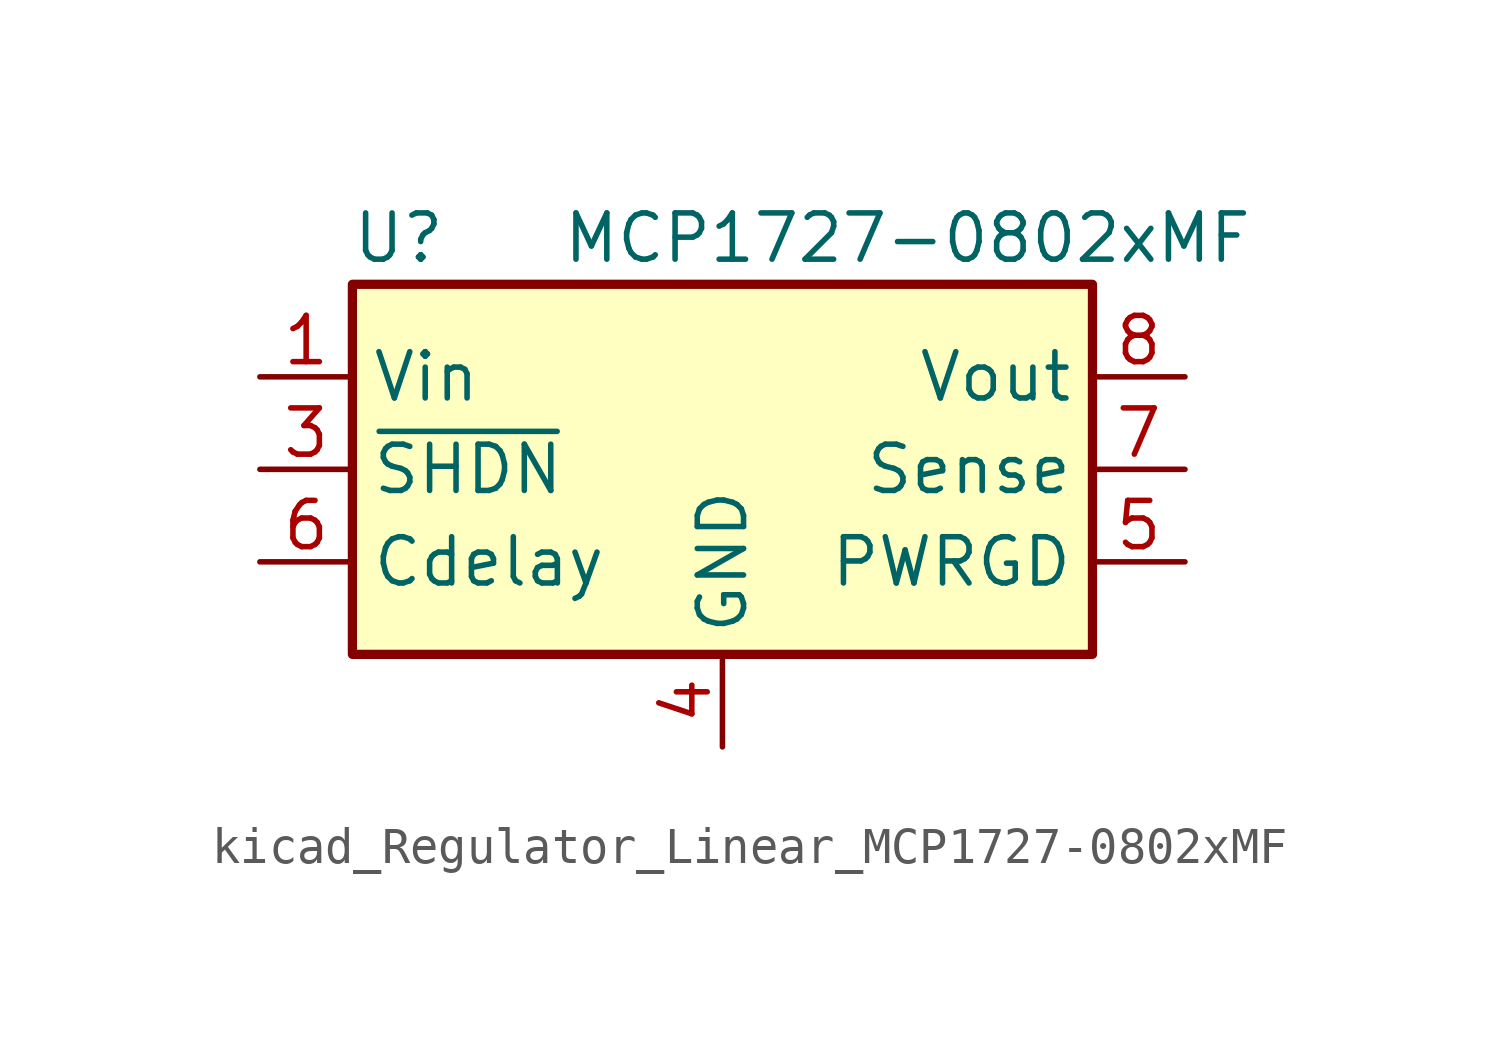
<source format=kicad_sym>
(kicad_symbol_lib
  (version 20220914)
  (generator kicad_symbol_editor)
  (symbol "kicad_Regulator_Linear_MCP1727-0802xMF"
    (property "Reference" "U"
      (at -8.89 6.35 0)
      (effects (font (size 1.27 1.27))))
    (property "Value" "MCP1727-0802xMF"
      (at 5.08 6.35 0)
      (effects (font (size 1.27 1.27))))
    (symbol "kicad_Regulator_Linear_MCP1727-0802xMF_0_0"
      (pin open_collector line (at 12.7 -2.54 180) (length 2.54) (name "PWRGD" (effects (font (size 1.27 1.27)))) (number "5" (effects (font (size 1.27 1.27)))))
      (pin input line (at -12.7 -2.54 0) (length 2.54) (name "Cdelay" (effects (font (size 1.27 1.27)))) (number "6" (effects (font (size 1.27 1.27)))))
      (pin input line (at 12.7 0 180) (length 2.54) (name "Sense" (effects (font (size 1.27 1.27)))) (number "7" (effects (font (size 1.27 1.27)))))
      (pin power_out line (at 12.7 2.54 180) (length 2.54) (name "Vout" (effects (font (size 1.27 1.27)))) (number "8" (effects (font (size 1.27 1.27))))))
    (symbol "kicad_Regulator_Linear_MCP1727-0802xMF_0_1"
      (rectangle (start -10.16 5.08) (end 10.16 -5.08) (stroke (width 0.254) (type default)) (fill (type background))))
    (symbol "kicad_Regulator_Linear_MCP1727-0802xMF_1_1"
      (pin power_in line (at -12.7 2.54 0) (length 2.54) (name "Vin" (effects (font (size 1.27 1.27)))) (number "1" (effects (font (size 1.27 1.27)))))
      (pin passive line (at -12.7 2.54 0) (length 2.54) hide (name "Vin" (effects (font (size 1.27 1.27)))) (number "2" (effects (font (size 1.27 1.27)))))
      (pin input line (at -12.7 0 0) (length 2.54) (name "~{SHDN}" (effects (font (size 1.27 1.27)))) (number "3" (effects (font (size 1.27 1.27)))))
      (pin power_in line (at 0 -7.62 90) (length 2.54) (name "GND" (effects (font (size 1.27 1.27)))) (number "4" (effects (font (size 1.27 1.27)))))
      (pin passive line (at 0 -7.62 90) (length 2.54) hide (name "GND" (effects (font (size 1.27 1.27)))) (number "9" (effects (font (size 1.27 1.27))))))))
</source>
